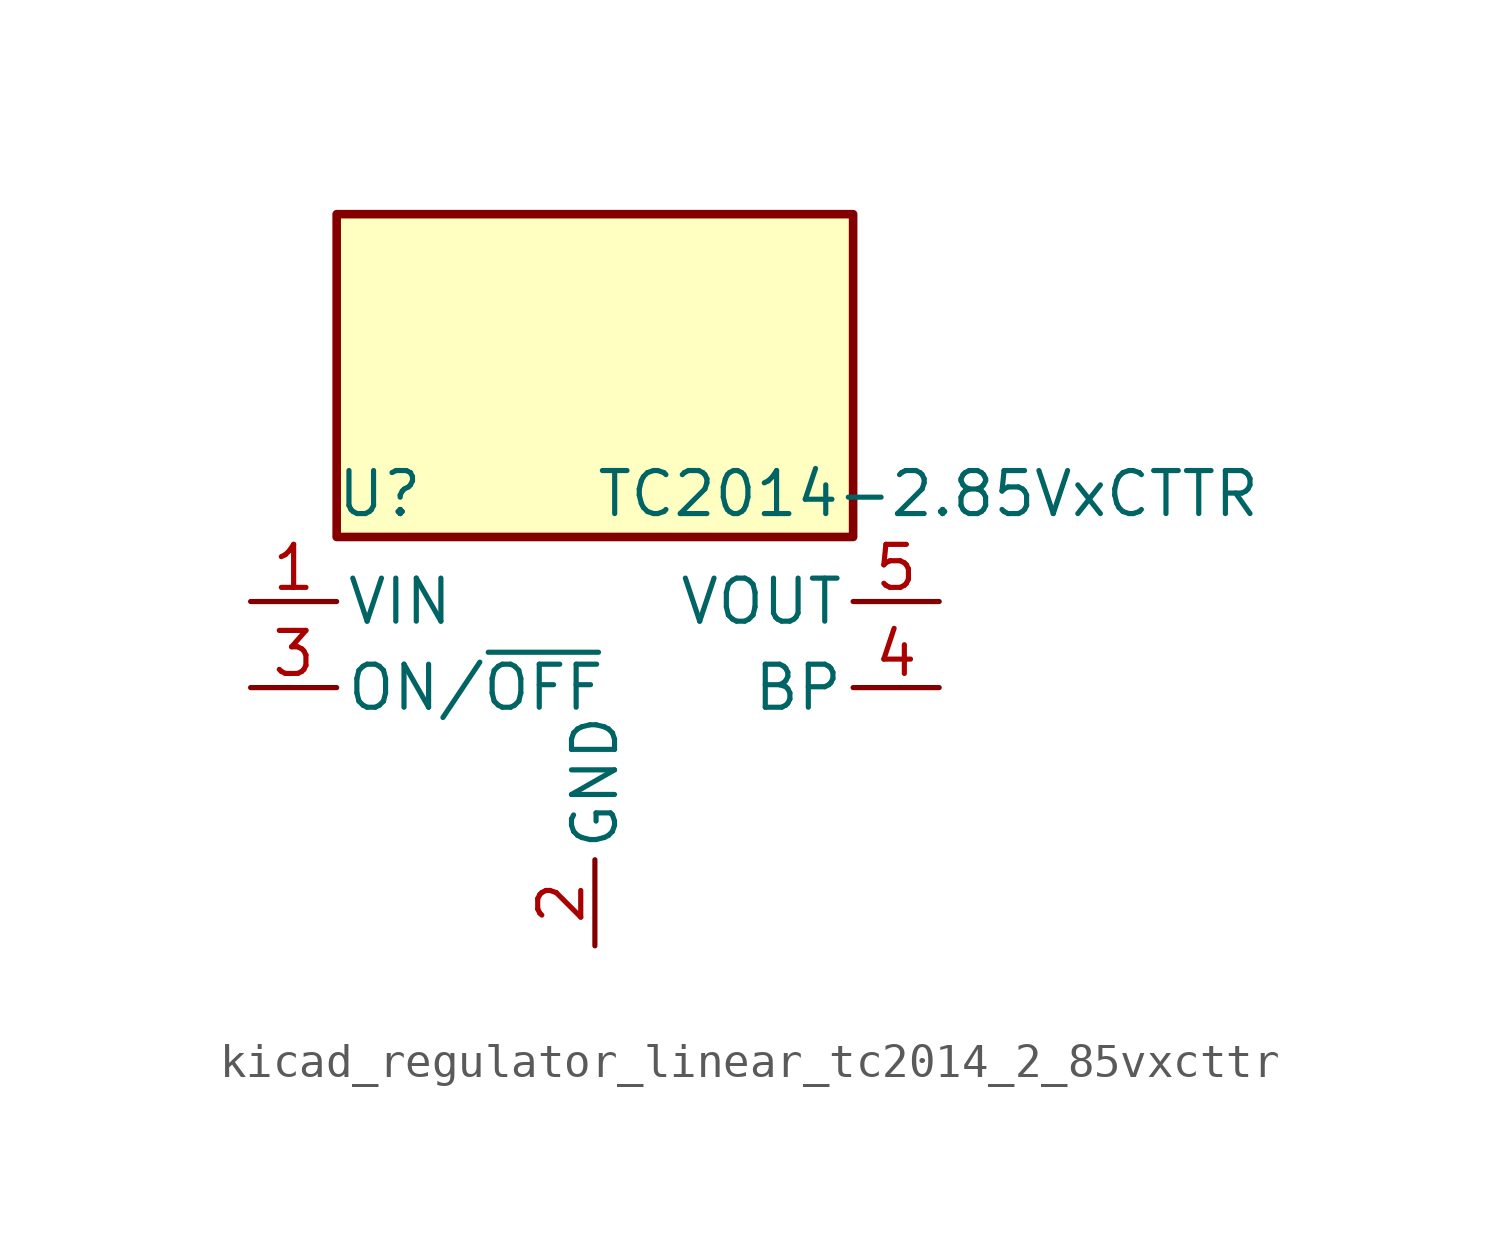
<source format=kicad_sym>
(kicad_symbol_lib
  (version 20220914)
  (generator kicad_symbol_editor)
  (symbol "kicad_regulator_linear_tc2014_2_85vxcttr"
    (pin_names
      (offset 0.254))
    (property "Reference" "U"
      (at -6.35 5.715 0)
      (effects (font (size 1.27 1.27))))
    (property "Value" "TC2014-2.85VxCTTR"
      (at 0 5.715 0)
      (effects (font (size 1.27 1.27)) (justify left)))
    (symbol "kicad_regulator_linear_tc2014_2_85vxcttr_0_1"
      (rectangle (start 7.62 13.97) (end -7.62 4.445) (stroke (width 0.254) (type default)) (fill (type background))))
    (symbol "kicad_regulator_linear_tc2014_2_85vxcttr_1_1"
      (pin power_in line (at -10.16 2.54 0) (length 2.54) (name "VIN" (effects (font (size 1.27 1.27)))) (number "1" (effects (font (size 1.27 1.27)))))
      (pin power_in line (at 0 -7.62 90) (length 2.54) (name "GND" (effects (font (size 1.27 1.27)))) (number "2" (effects (font (size 1.27 1.27)))))
      (pin input line (at -10.16 0 0) (length 2.54) (name "ON/~{OFF}" (effects (font (size 1.27 1.27)))) (number "3" (effects (font (size 1.27 1.27)))))
      (pin input line (at 10.16 0 180) (length 2.54) (name "BP" (effects (font (size 1.27 1.27)))) (number "4" (effects (font (size 1.27 1.27)))))
      (pin power_out line (at 10.16 2.54 180) (length 2.54) (name "VOUT" (effects (font (size 1.27 1.27)))) (number "5" (effects (font (size 1.27 1.27))))))))
</source>
